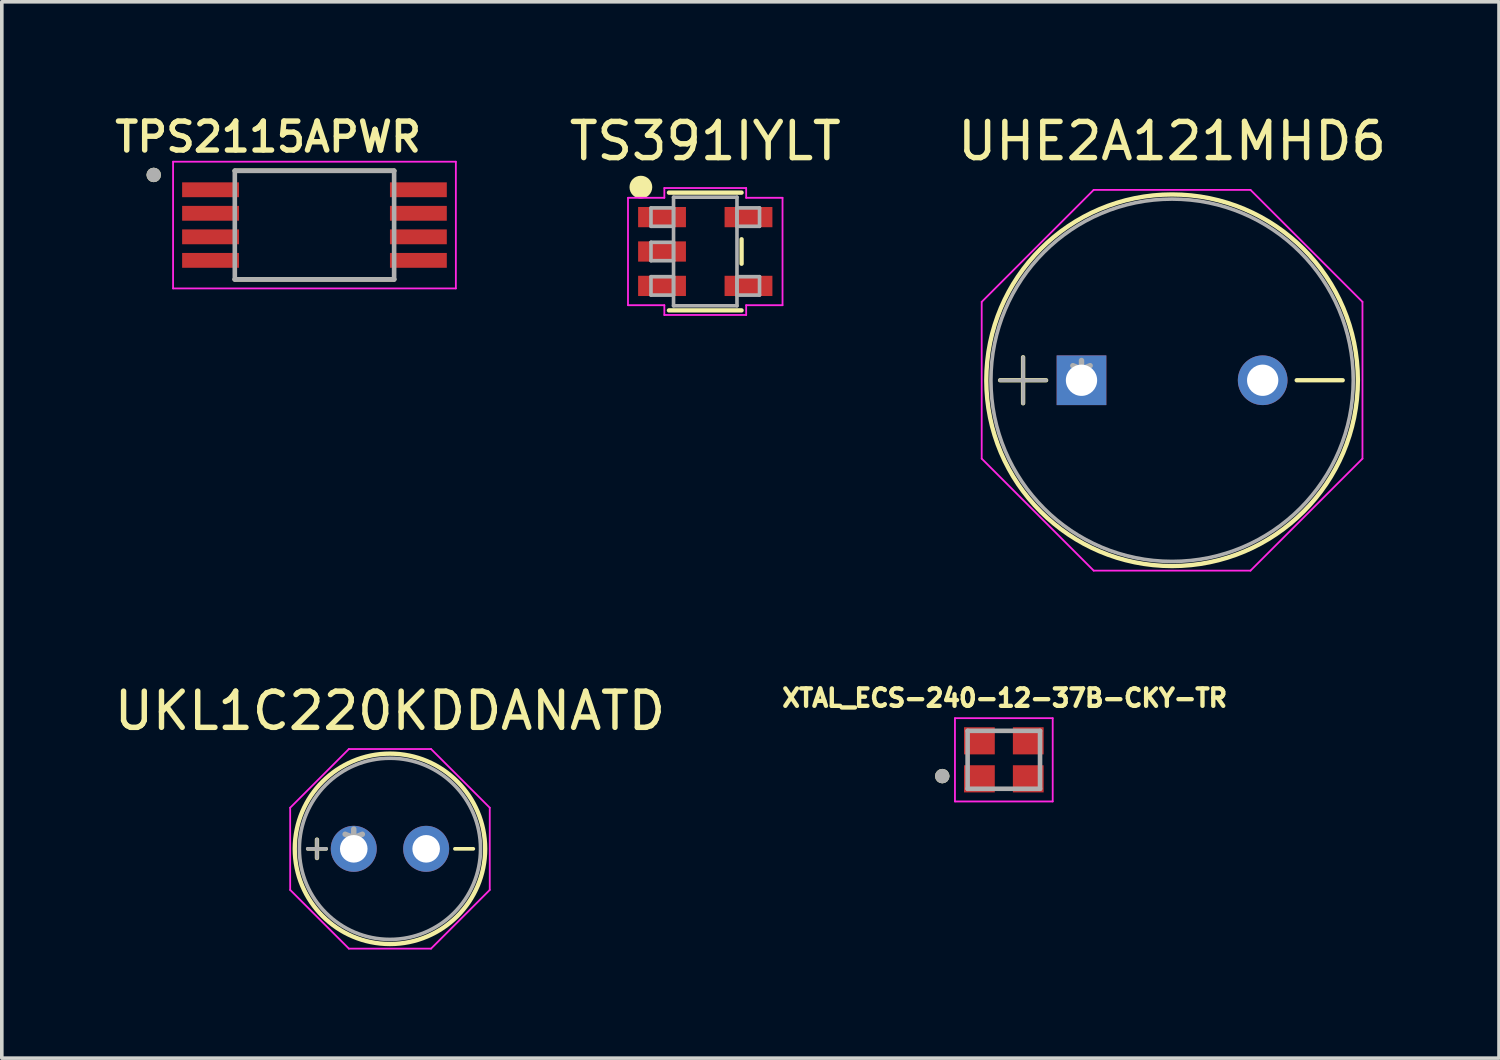
<source format=kicad_pcb>
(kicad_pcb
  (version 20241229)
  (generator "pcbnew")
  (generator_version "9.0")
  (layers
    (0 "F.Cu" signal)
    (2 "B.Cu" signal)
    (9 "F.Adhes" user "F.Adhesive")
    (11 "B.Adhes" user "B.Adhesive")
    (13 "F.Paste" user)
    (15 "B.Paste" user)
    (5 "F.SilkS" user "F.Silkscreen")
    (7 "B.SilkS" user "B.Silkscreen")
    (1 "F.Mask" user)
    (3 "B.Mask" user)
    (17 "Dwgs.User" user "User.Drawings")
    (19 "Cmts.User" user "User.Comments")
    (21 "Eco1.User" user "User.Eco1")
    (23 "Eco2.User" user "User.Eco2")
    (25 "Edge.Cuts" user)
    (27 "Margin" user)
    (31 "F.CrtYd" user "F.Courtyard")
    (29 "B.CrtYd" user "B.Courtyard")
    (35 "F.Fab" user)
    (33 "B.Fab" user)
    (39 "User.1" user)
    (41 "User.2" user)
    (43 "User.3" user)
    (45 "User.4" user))
  (footprint "UHE2A121MHD6"
    (layer "F.Cu")
    (at 26.819 7.452)
    (property "Reference" "UHE2A121MHD6" (at 2.502 -6.604 0) (layer "F.SilkS") (effects (font (size 1 1) (thickness 0.15))))
    (attr through_hole)
    (fp_line (start -2.248 0) (end -0.978 0) (stroke (width 0.12) (type solid)) (layer "F.SilkS"))
    (fp_line (start -1.613 -0.635) (end -1.613 0.635) (stroke (width 0.12) (type solid)) (layer "F.SilkS"))
    (fp_line (start 5.944 0) (end 7.214 0) (stroke (width 0.12) (type solid)) (layer "F.SilkS"))
    (fp_circle (center 2.502 0) (end 7.633 0) (stroke (width 0.12) (type solid)) (fill no) (layer "F.SilkS"))
    (fp_line (start -2.756 -2.165) (end 0.337 -5.258) (stroke (width 0.05) (type solid)) (layer "F.CrtYd"))
    (fp_line (start -2.756 2.165) (end -2.756 -2.165) (stroke (width 0.05) (type solid)) (layer "F.CrtYd"))
    (fp_line (start 0.337 -5.258) (end 4.667 -5.258) (stroke (width 0.05) (type solid)) (layer "F.CrtYd"))
    (fp_line (start 0.337 5.258) (end -2.756 2.165) (stroke (width 0.05) (type solid)) (layer "F.CrtYd"))
    (fp_line (start 4.667 -5.258) (end 7.76 -2.165) (stroke (width 0.05) (type solid)) (layer "F.CrtYd"))
    (fp_line (start 4.667 5.258) (end 0.337 5.258) (stroke (width 0.05) (type solid)) (layer "F.CrtYd"))
    (fp_line (start 7.76 -2.165) (end 7.76 2.165) (stroke (width 0.05) (type solid)) (layer "F.CrtYd"))
    (fp_line (start 7.76 2.165) (end 4.667 5.258) (stroke (width 0.05) (type solid)) (layer "F.CrtYd"))
    (fp_line (start -2.248 0) (end -0.978 0) (stroke (width 0.1) (type solid)) (layer "F.Fab"))
    (fp_line (start -1.613 -0.635) (end -1.613 0.635) (stroke (width 0.1) (type solid)) (layer "F.Fab"))
    (fp_circle (center 2.502 0) (end 7.506 0) (stroke (width 0.1) (type solid)) (fill no) (layer "F.Fab"))
    (fp_text user "*" (at 0 0 0) (layer "F.Fab") (effects (font (size 1 1) (thickness 0.15))))
    (pad "1" thru_hole rect (at 0 0) (size 1.372 1.372) (drill 0.864) (layers "*.Cu" "*.Mask"))
    (pad "2" thru_hole circle (at 5.004 0) (size 1.372 1.372) (drill 0.864) (layers "*.Cu" "*.Mask")))
  (footprint "UKL1C220KDDANATD"
    (layer "F.Cu")
    (at 6.72 20.393)
    (property "Reference" "UKL1C220KDDANATD" (at 1 -3.81 0) (layer "F.SilkS") (effects (font (size 1 1) (thickness 0.15))))
    (attr through_hole)
    (fp_line (start -1.27 0) (end -0.762 0) (stroke (width 0.102) (type solid)) (layer "F.SilkS"))
    (fp_line (start -1.016 -0.254) (end -1.016 0.254) (stroke (width 0.12) (type solid)) (layer "F.SilkS"))
    (fp_line (start 2.794 0) (end 3.302 0) (stroke (width 0.102) (type solid)) (layer "F.SilkS"))
    (fp_circle (center 1 0) (end 3.629 0) (stroke (width 0.12) (type solid)) (fill no) (layer "F.SilkS"))
    (fp_line (start -1.756 -1.135) (end -0.135 -2.756) (stroke (width 0.05) (type solid)) (layer "F.CrtYd"))
    (fp_line (start -1.756 1.135) (end -1.756 -1.135) (stroke (width 0.05) (type solid)) (layer "F.CrtYd"))
    (fp_line (start -0.135 -2.756) (end 2.135 -2.756) (stroke (width 0.05) (type solid)) (layer "F.CrtYd"))
    (fp_line (start -0.135 2.756) (end -1.756 1.135) (stroke (width 0.05) (type solid)) (layer "F.CrtYd"))
    (fp_line (start 2.135 -2.756) (end 3.756 -1.135) (stroke (width 0.05) (type solid)) (layer "F.CrtYd"))
    (fp_line (start 2.135 2.756) (end -0.135 2.756) (stroke (width 0.05) (type solid)) (layer "F.CrtYd"))
    (fp_line (start 3.756 -1.135) (end 3.756 1.135) (stroke (width 0.05) (type solid)) (layer "F.CrtYd"))
    (fp_line (start 3.756 1.135) (end 2.135 2.756) (stroke (width 0.05) (type solid)) (layer "F.CrtYd"))
    (fp_line (start -1.27 0) (end -0.762 0) (stroke (width 0.1) (type solid)) (layer "F.Fab"))
    (fp_line (start -1.016 -0.254) (end -1.016 0.254) (stroke (width 0.1) (type solid)) (layer "F.Fab"))
    (fp_circle (center 1 0) (end 3.502 0) (stroke (width 0.1) (type solid)) (fill no) (layer "F.Fab"))
    (fp_text user "*" (at 0 0 0) (layer "F.Fab") (effects (font (size 1 1) (thickness 0.15))))
    (pad "1" thru_hole circle (at 0 0) (size 1.27 1.27) (drill 0.762) (layers "*.Cu" "*.Mask"))
    (pad "2" thru_hole circle (at 2 0) (size 1.27 1.27) (drill 0.762) (layers "*.Cu" "*.Mask")))
  (footprint "XTAL_ECS-240-12-37B-CKY-TR"
    (layer "F.Cu")
    (at 24.674 17.935)
    (property "Reference" "XTAL_ECS-240-12-37B-CKY-TR" (at 0.024 -1.708 0) (layer "F.SilkS") (effects (font (size 0.481 0.481) (thickness 0.15))))
    (attr through_hole)
    (fp_circle (center -1.7 0.45) (end -1.6 0.45) (stroke (width 0.2) (type solid)) (fill no) (layer "F.SilkS"))
    (fp_line (start -1.35 -1.15) (end -1.35 1.15) (stroke (width 0.05) (type solid)) (layer "F.CrtYd"))
    (fp_line (start -1.35 1.15) (end 1.35 1.15) (stroke (width 0.05) (type solid)) (layer "F.CrtYd"))
    (fp_line (start 1.35 -1.15) (end -1.35 -1.15) (stroke (width 0.05) (type solid)) (layer "F.CrtYd"))
    (fp_line (start 1.35 1.15) (end 1.35 -1.15) (stroke (width 0.05) (type solid)) (layer "F.CrtYd"))
    (fp_line (start -1 -0.8) (end -1 0.8) (stroke (width 0.127) (type solid)) (layer "F.Fab"))
    (fp_line (start -1 0.8) (end 1 0.8) (stroke (width 0.127) (type solid)) (layer "F.Fab"))
    (fp_line (start 1 -0.8) (end -1 -0.8) (stroke (width 0.127) (type solid)) (layer "F.Fab"))
    (fp_line (start 1 0.8) (end 1 -0.8) (stroke (width 0.127) (type solid)) (layer "F.Fab"))
    (fp_circle (center -1.7 0.45) (end -1.6 0.45) (stroke (width 0.2) (type solid)) (fill no) (layer "F.Fab"))
    (pad "1" smd rect (at -0.675 0.525) (size 0.85 0.75) (layers "F.Cu" "F.Mask" "F.Paste"))
    (pad "2" smd rect (at 0.675 0.525) (size 0.85 0.75) (layers "F.Cu" "F.Mask" "F.Paste"))
    (pad "3" smd rect (at 0.675 -0.525) (size 0.85 0.75) (layers "F.Cu" "F.Mask" "F.Paste"))
    (pad "4" smd rect (at -0.675 -0.525) (size 0.85 0.75) (layers "F.Cu" "F.Mask" "F.Paste")))
  (footprint "TPS2115APWR"
    (layer "F.Cu")
    (at 5.635 3.166)
    (property "Reference" "TPS2115APWR" (at -1.28 -2.435 0) (layer "F.SilkS") (effects (font (size 0.8 0.8) (thickness 0.15))))
    (attr through_hole)
    (fp_line (start -2.2 -1.5) (end 2.2 -1.5) (stroke (width 0.127) (type solid)) (layer "F.SilkS"))
    (fp_line (start -2.2 1.5) (end 2.2 1.5) (stroke (width 0.127) (type solid)) (layer "F.SilkS"))
    (fp_circle (center -4.44 -1.385) (end -4.34 -1.385) (stroke (width 0.2) (type solid)) (fill no) (layer "F.SilkS"))
    (fp_line (start -3.905 -1.75) (end -3.905 1.75) (stroke (width 0.05) (type solid)) (layer "F.CrtYd"))
    (fp_line (start -3.905 -1.75) (end 3.905 -1.75) (stroke (width 0.05) (type solid)) (layer "F.CrtYd"))
    (fp_line (start -3.905 1.75) (end 3.905 1.75) (stroke (width 0.05) (type solid)) (layer "F.CrtYd"))
    (fp_line (start 3.905 -1.75) (end 3.905 1.75) (stroke (width 0.05) (type solid)) (layer "F.CrtYd"))
    (fp_line (start -2.2 -1.5) (end -2.2 1.5) (stroke (width 0.127) (type solid)) (layer "F.Fab"))
    (fp_line (start -2.2 -1.5) (end 2.2 -1.5) (stroke (width 0.127) (type solid)) (layer "F.Fab"))
    (fp_line (start -2.2 1.5) (end 2.2 1.5) (stroke (width 0.127) (type solid)) (layer "F.Fab"))
    (fp_line (start 2.2 -1.5) (end 2.2 1.5) (stroke (width 0.127) (type solid)) (layer "F.Fab"))
    (fp_circle (center -4.44 -1.385) (end -4.34 -1.385) (stroke (width 0.2) (type solid)) (fill no) (layer "F.Fab"))
    (pad "1" smd rect (at -2.87 -0.975) (size 1.57 0.41) (layers "F.Cu" "F.Mask" "F.Paste"))
    (pad "2" smd rect (at -2.87 -0.325) (size 1.57 0.41) (layers "F.Cu" "F.Mask" "F.Paste"))
    (pad "3" smd rect (at -2.87 0.325) (size 1.57 0.41) (layers "F.Cu" "F.Mask" "F.Paste"))
    (pad "4" smd rect (at -2.87 0.975) (size 1.57 0.41) (layers "F.Cu" "F.Mask" "F.Paste"))
    (pad "5" smd rect (at 2.87 0.975) (size 1.57 0.41) (layers "F.Cu" "F.Mask" "F.Paste"))
    (pad "6" smd rect (at 2.87 0.325) (size 1.57 0.41) (layers "F.Cu" "F.Mask" "F.Paste"))
    (pad "7" smd rect (at 2.87 -0.325) (size 1.57 0.41) (layers "F.Cu" "F.Mask" "F.Paste"))
    (pad "8" smd rect (at 2.87 -0.975) (size 1.57 0.41) (layers "F.Cu" "F.Mask" "F.Paste")))
  (footprint "TS391IYLT"
    (layer "F.Cu")
    (at 16.428 3.896)
    (property "Reference" "TS391IYLT" (at 0 -3.048 0) (layer "F.SilkS") (effects (font (size 1 1) (thickness 0.15))))
    (attr through_hole)
    (fp_line (start -1.003 1.626) (end 1.003 1.626) (stroke (width 0.12) (type solid)) (layer "F.SilkS"))
    (fp_line (start 1.003 -1.626) (end -1.003 -1.626) (stroke (width 0.12) (type solid)) (layer "F.SilkS"))
    (fp_line (start 1.003 0.338) (end 1.003 -0.338) (stroke (width 0.12) (type solid)) (layer "F.SilkS"))
    (fp_circle (center -1.778 -1.778) (end -1.524 -1.778) (stroke (width 0.12) (type solid)) (fill yes) (layer "F.SilkS"))
    (fp_line (start -2.134 -1.483) (end -1.13 -1.483) (stroke (width 0.05) (type solid)) (layer "F.CrtYd"))
    (fp_line (start -2.134 1.483) (end -2.134 -1.483) (stroke (width 0.05) (type solid)) (layer "F.CrtYd"))
    (fp_line (start -1.13 -1.753) (end 1.13 -1.753) (stroke (width 0.05) (type solid)) (layer "F.CrtYd"))
    (fp_line (start -1.13 -1.483) (end -1.13 -1.753) (stroke (width 0.05) (type solid)) (layer "F.CrtYd"))
    (fp_line (start -1.13 1.483) (end -2.134 1.483) (stroke (width 0.05) (type solid)) (layer "F.CrtYd"))
    (fp_line (start -1.13 1.753) (end -1.13 1.483) (stroke (width 0.05) (type solid)) (layer "F.CrtYd"))
    (fp_line (start 1.13 -1.753) (end 1.13 -1.483) (stroke (width 0.05) (type solid)) (layer "F.CrtYd"))
    (fp_line (start 1.13 -1.483) (end 2.134 -1.483) (stroke (width 0.05) (type solid)) (layer "F.CrtYd"))
    (fp_line (start 1.13 1.483) (end 1.13 1.753) (stroke (width 0.05) (type solid)) (layer "F.CrtYd"))
    (fp_line (start 1.13 1.753) (end -1.13 1.753) (stroke (width 0.05) (type solid)) (layer "F.CrtYd"))
    (fp_line (start 2.134 -1.483) (end 2.134 1.483) (stroke (width 0.05) (type solid)) (layer "F.CrtYd"))
    (fp_line (start 2.134 1.483) (end 1.13 1.483) (stroke (width 0.05) (type solid)) (layer "F.CrtYd"))
    (fp_line (start -1.499 -1.204) (end -1.499 -0.696) (stroke (width 0.1) (type solid)) (layer "F.Fab"))
    (fp_line (start -1.499 -0.696) (end -0.876 -0.696) (stroke (width 0.1) (type solid)) (layer "F.Fab"))
    (fp_line (start -1.499 -0.254) (end -1.499 0.254) (stroke (width 0.1) (type solid)) (layer "F.Fab"))
    (fp_line (start -1.499 0.254) (end -0.876 0.254) (stroke (width 0.1) (type solid)) (layer "F.Fab"))
    (fp_line (start -1.499 0.696) (end -1.499 1.204) (stroke (width 0.1) (type solid)) (layer "F.Fab"))
    (fp_line (start -1.499 1.204) (end -0.876 1.204) (stroke (width 0.1) (type solid)) (layer "F.Fab"))
    (fp_line (start -0.876 -1.499) (end -0.876 1.499) (stroke (width 0.1) (type solid)) (layer "F.Fab"))
    (fp_line (start -0.876 -1.204) (end -1.499 -1.204) (stroke (width 0.1) (type solid)) (layer "F.Fab"))
    (fp_line (start -0.876 -0.696) (end -0.876 -1.204) (stroke (width 0.1) (type solid)) (layer "F.Fab"))
    (fp_line (start -0.876 -0.254) (end -1.499 -0.254) (stroke (width 0.1) (type solid)) (layer "F.Fab"))
    (fp_line (start -0.876 0.254) (end -0.876 -0.254) (stroke (width 0.1) (type solid)) (layer "F.Fab"))
    (fp_line (start -0.876 0.696) (end -1.499 0.696) (stroke (width 0.1) (type solid)) (layer "F.Fab"))
    (fp_line (start -0.876 1.204) (end -0.876 0.696) (stroke (width 0.1) (type solid)) (layer "F.Fab"))
    (fp_line (start -0.876 1.499) (end 0.876 1.499) (stroke (width 0.1) (type solid)) (layer "F.Fab"))
    (fp_line (start 0.876 -1.499) (end -0.876 -1.499) (stroke (width 0.1) (type solid)) (layer "F.Fab"))
    (fp_line (start 0.876 -1.204) (end 0.876 -0.696) (stroke (width 0.1) (type solid)) (layer "F.Fab"))
    (fp_line (start 0.876 -0.696) (end 1.499 -0.696) (stroke (width 0.1) (type solid)) (layer "F.Fab"))
    (fp_line (start 0.876 0.696) (end 0.876 1.204) (stroke (width 0.1) (type solid)) (layer "F.Fab"))
    (fp_line (start 0.876 1.204) (end 1.499 1.204) (stroke (width 0.1) (type solid)) (layer "F.Fab"))
    (fp_line (start 0.876 1.499) (end 0.876 -1.499) (stroke (width 0.1) (type solid)) (layer "F.Fab"))
    (fp_line (start 1.499 -1.204) (end 0.876 -1.204) (stroke (width 0.1) (type solid)) (layer "F.Fab"))
    (fp_line (start 1.499 -0.696) (end 1.499 -1.204) (stroke (width 0.1) (type solid)) (layer "F.Fab"))
    (fp_line (start 1.499 0.696) (end 0.876 0.696) (stroke (width 0.1) (type solid)) (layer "F.Fab"))
    (fp_line (start 1.499 1.204) (end 1.499 0.696) (stroke (width 0.1) (type solid)) (layer "F.Fab"))
    (pad "1" smd rect (at -1.194 -0.95) (size 1.321 0.559) (layers "F.Cu" "F.Mask" "F.Paste"))
    (pad "2" smd rect (at -1.194 0) (size 1.321 0.559) (layers "F.Cu" "F.Mask" "F.Paste"))
    (pad "3" smd rect (at -1.194 0.95) (size 1.321 0.559) (layers "F.Cu" "F.Mask" "F.Paste"))
    (pad "4" smd rect (at 1.194 0.95) (size 1.321 0.559) (layers "F.Cu" "F.Mask" "F.Paste"))
    (pad "5" smd rect (at 1.194 -0.95) (size 1.321 0.559) (layers "F.Cu" "F.Mask" "F.Paste")))
  (gr_rect
    (start -3 -3)
    (end 38.35 26.174)
    (stroke (width 0.1) (type default))
    (fill no)
    (layer "Edge.Cuts")))
</source>
